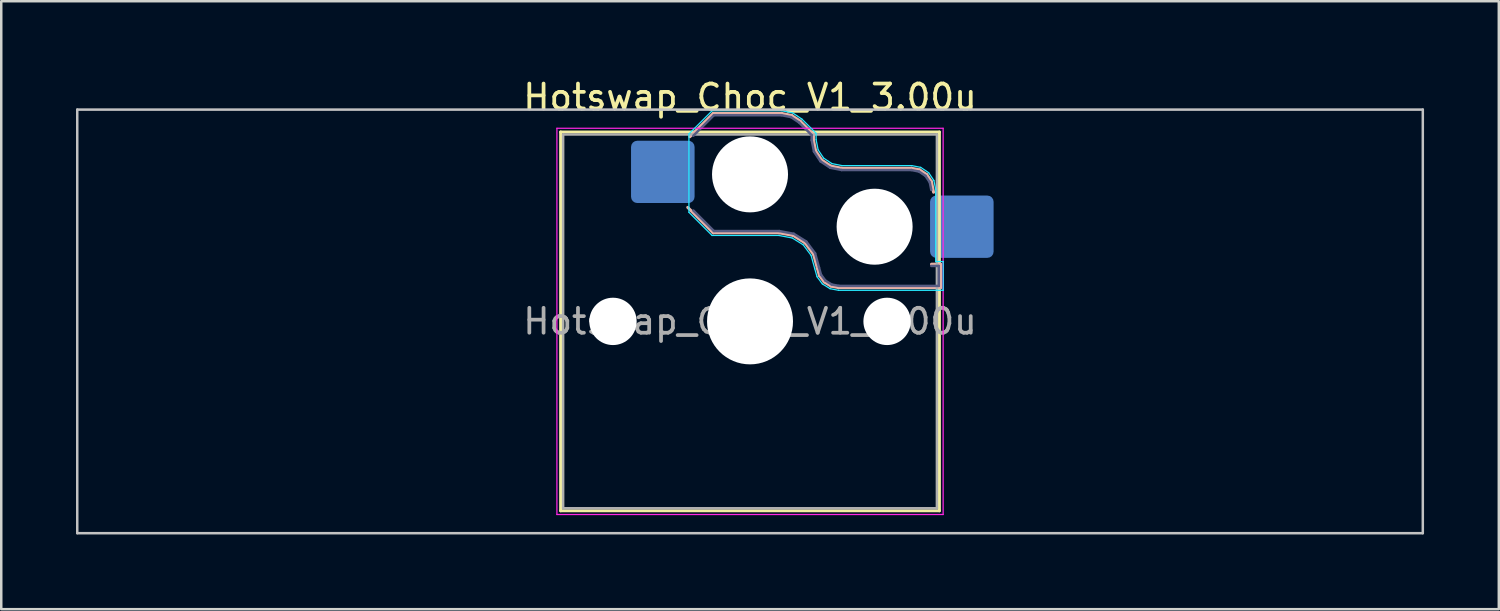
<source format=kicad_pcb>
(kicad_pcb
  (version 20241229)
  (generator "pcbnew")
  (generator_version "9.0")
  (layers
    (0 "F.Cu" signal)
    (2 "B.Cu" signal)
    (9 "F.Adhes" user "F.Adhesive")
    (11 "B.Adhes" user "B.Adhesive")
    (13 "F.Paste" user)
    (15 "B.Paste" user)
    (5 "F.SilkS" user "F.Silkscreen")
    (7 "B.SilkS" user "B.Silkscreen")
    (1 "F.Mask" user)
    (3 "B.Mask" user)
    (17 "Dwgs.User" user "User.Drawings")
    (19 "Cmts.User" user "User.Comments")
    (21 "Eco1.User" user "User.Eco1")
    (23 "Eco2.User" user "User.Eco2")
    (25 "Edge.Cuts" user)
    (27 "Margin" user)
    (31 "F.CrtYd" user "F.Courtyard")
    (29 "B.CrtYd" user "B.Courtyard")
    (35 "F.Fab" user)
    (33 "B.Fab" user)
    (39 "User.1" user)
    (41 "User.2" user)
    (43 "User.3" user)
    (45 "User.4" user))
  (footprint "Hotswap_Choc_V1_3.00u"
    (layer "F.Cu")
    (at 27.05 9.848)
    (property "Reference" "Hotswap_Choc_V1_3.00u" (at 0 -9 0) (layer "F.SilkS") (effects (font (size 1 1) (thickness 0.15))))
    (attr smd)
    (fp_line (start -7.6 -7.6) (end -7.6 7.6) (stroke (width 0.12) (type solid)) (layer "F.SilkS"))
    (fp_line (start -7.6 7.6) (end 7.6 7.6) (stroke (width 0.12) (type solid)) (layer "F.SilkS"))
    (fp_line (start 7.6 -7.6) (end -7.6 -7.6) (stroke (width 0.12) (type solid)) (layer "F.SilkS"))
    (fp_line (start 7.6 7.6) (end 7.6 -7.6) (stroke (width 0.12) (type solid)) (layer "F.SilkS"))
    (fp_line (start -2.416 -7.409) (end -1.479 -8.346) (stroke (width 0.12) (type solid)) (layer "B.SilkS"))
    (fp_line (start -1.479 -8.346) (end 1.268 -8.346) (stroke (width 0.12) (type solid)) (layer "B.SilkS"))
    (fp_line (start -1.479 -3.554) (end -2.5 -4.575) (stroke (width 0.12) (type solid)) (layer "B.SilkS"))
    (fp_line (start 1.168 -3.554) (end -1.479 -3.554) (stroke (width 0.12) (type solid)) (layer "B.SilkS"))
    (fp_line (start 1.268 -8.346) (end 1.671 -8.266) (stroke (width 0.12) (type solid)) (layer "B.SilkS"))
    (fp_line (start 1.671 -8.266) (end 2.013 -8.037) (stroke (width 0.12) (type solid)) (layer "B.SilkS"))
    (fp_line (start 1.73 -3.449) (end 1.168 -3.554) (stroke (width 0.12) (type solid)) (layer "B.SilkS"))
    (fp_line (start 2.013 -8.037) (end 2.546 -7.504) (stroke (width 0.12) (type solid)) (layer "B.SilkS"))
    (fp_line (start 2.209 -3.15) (end 1.73 -3.449) (stroke (width 0.12) (type solid)) (layer "B.SilkS"))
    (fp_line (start 2.546 -7.504) (end 2.546 -7.282) (stroke (width 0.12) (type solid)) (layer "B.SilkS"))
    (fp_line (start 2.546 -7.282) (end 2.633 -6.844) (stroke (width 0.12) (type solid)) (layer "B.SilkS"))
    (fp_line (start 2.547 -2.697) (end 2.209 -3.15) (stroke (width 0.12) (type solid)) (layer "B.SilkS"))
    (fp_line (start 2.633 -6.844) (end 2.877 -6.477) (stroke (width 0.12) (type solid)) (layer "B.SilkS"))
    (fp_line (start 2.701 -2.139) (end 2.547 -2.697) (stroke (width 0.12) (type solid)) (layer "B.SilkS"))
    (fp_line (start 2.783 -1.841) (end 2.701 -2.139) (stroke (width 0.12) (type solid)) (layer "B.SilkS"))
    (fp_line (start 2.877 -6.477) (end 3.244 -6.233) (stroke (width 0.12) (type solid)) (layer "B.SilkS"))
    (fp_line (start 2.976 -1.583) (end 2.783 -1.841) (stroke (width 0.12) (type solid)) (layer "B.SilkS"))
    (fp_line (start 3.244 -6.233) (end 3.682 -6.146) (stroke (width 0.12) (type solid)) (layer "B.SilkS"))
    (fp_line (start 3.25 -1.413) (end 2.976 -1.583) (stroke (width 0.12) (type solid)) (layer "B.SilkS"))
    (fp_line (start 3.56 -1.354) (end 3.25 -1.413) (stroke (width 0.12) (type solid)) (layer "B.SilkS"))
    (fp_line (start 3.682 -6.146) (end 6.482 -6.146) (stroke (width 0.12) (type solid)) (layer "B.SilkS"))
    (fp_line (start 6.482 -6.146) (end 6.809 -6.081) (stroke (width 0.12) (type solid)) (layer "B.SilkS"))
    (fp_line (start 6.809 -6.081) (end 7.092 -5.892) (stroke (width 0.12) (type solid)) (layer "B.SilkS"))
    (fp_line (start 7.092 -5.892) (end 7.281 -5.609) (stroke (width 0.12) (type solid)) (layer "B.SilkS"))
    (fp_line (start 7.281 -5.609) (end 7.366 -5.182) (stroke (width 0.12) (type solid)) (layer "B.SilkS"))
    (fp_line (start 7.283 -2.296) (end 7.646 -2.296) (stroke (width 0.12) (type solid)) (layer "B.SilkS"))
    (fp_line (start 7.646 -2.296) (end 7.646 -1.354) (stroke (width 0.12) (type solid)) (layer "B.SilkS"))
    (fp_line (start 7.646 -1.354) (end 3.56 -1.354) (stroke (width 0.12) (type solid)) (layer "B.SilkS"))
    (fp_line (start -27 -8.5) (end -27 8.5) (stroke (width 0.1) (type solid)) (layer "Dwgs.User"))
    (fp_line (start -27 8.5) (end 27 8.5) (stroke (width 0.1) (type solid)) (layer "Dwgs.User"))
    (fp_line (start 27 -8.5) (end -27 -8.5) (stroke (width 0.1) (type solid)) (layer "Dwgs.User"))
    (fp_line (start 27 8.5) (end 27 -8.5) (stroke (width 0.1) (type solid)) (layer "Dwgs.User"))
    (fp_line (start -7.25 -7.25) (end -7.25 7.25) (stroke (width 0.1) (type solid)) (layer "Eco1.User"))
    (fp_line (start -7.25 7.25) (end 7.25 7.25) (stroke (width 0.1) (type solid)) (layer "Eco1.User"))
    (fp_line (start 7.25 -7.25) (end -7.25 -7.25) (stroke (width 0.1) (type solid)) (layer "Eco1.User"))
    (fp_line (start 7.25 7.25) (end 7.25 -7.25) (stroke (width 0.1) (type solid)) (layer "Eco1.User"))
    (fp_line (start -2.452 -7.523) (end -1.523 -8.452) (stroke (width 0.05) (type solid)) (layer "B.CrtYd"))
    (fp_line (start -2.452 -4.377) (end -2.452 -7.523) (stroke (width 0.05) (type solid)) (layer "B.CrtYd"))
    (fp_line (start -1.523 -8.452) (end 1.278 -8.452) (stroke (width 0.05) (type solid)) (layer "B.CrtYd"))
    (fp_line (start -1.523 -3.448) (end -2.452 -4.377) (stroke (width 0.05) (type solid)) (layer "B.CrtYd"))
    (fp_line (start 1.159 -3.448) (end -1.523 -3.448) (stroke (width 0.05) (type solid)) (layer "B.CrtYd"))
    (fp_line (start 1.278 -8.452) (end 1.712 -8.366) (stroke (width 0.05) (type solid)) (layer "B.CrtYd"))
    (fp_line (start 1.691 -3.348) (end 1.159 -3.448) (stroke (width 0.05) (type solid)) (layer "B.CrtYd"))
    (fp_line (start 1.712 -8.366) (end 2.081 -8.119) (stroke (width 0.05) (type solid)) (layer "B.CrtYd"))
    (fp_line (start 2.081 -8.119) (end 2.652 -7.548) (stroke (width 0.05) (type solid)) (layer "B.CrtYd"))
    (fp_line (start 2.136 -3.071) (end 1.691 -3.348) (stroke (width 0.05) (type solid)) (layer "B.CrtYd"))
    (fp_line (start 2.45 -2.65) (end 2.136 -3.071) (stroke (width 0.05) (type solid)) (layer "B.CrtYd"))
    (fp_line (start 2.599 -2.111) (end 2.45 -2.65) (stroke (width 0.05) (type solid)) (layer "B.CrtYd"))
    (fp_line (start 2.652 -7.548) (end 2.652 -7.292) (stroke (width 0.05) (type solid)) (layer "B.CrtYd"))
    (fp_line (start 2.652 -7.292) (end 2.733 -6.885) (stroke (width 0.05) (type solid)) (layer "B.CrtYd"))
    (fp_line (start 2.687 -1.794) (end 2.599 -2.111) (stroke (width 0.05) (type solid)) (layer "B.CrtYd"))
    (fp_line (start 2.733 -6.885) (end 2.953 -6.553) (stroke (width 0.05) (type solid)) (layer "B.CrtYd"))
    (fp_line (start 2.903 -1.503) (end 2.687 -1.794) (stroke (width 0.05) (type solid)) (layer "B.CrtYd"))
    (fp_line (start 2.953 -6.553) (end 3.285 -6.333) (stroke (width 0.05) (type solid)) (layer "B.CrtYd"))
    (fp_line (start 3.211 -1.312) (end 2.903 -1.503) (stroke (width 0.05) (type solid)) (layer "B.CrtYd"))
    (fp_line (start 3.285 -6.333) (end 3.692 -6.252) (stroke (width 0.05) (type solid)) (layer "B.CrtYd"))
    (fp_line (start 3.55 -1.248) (end 3.211 -1.312) (stroke (width 0.05) (type solid)) (layer "B.CrtYd"))
    (fp_line (start 3.692 -6.252) (end 6.492 -6.252) (stroke (width 0.05) (type solid)) (layer "B.CrtYd"))
    (fp_line (start 6.492 -6.252) (end 6.85 -6.181) (stroke (width 0.05) (type solid)) (layer "B.CrtYd"))
    (fp_line (start 6.85 -6.181) (end 7.168 -5.968) (stroke (width 0.05) (type solid)) (layer "B.CrtYd"))
    (fp_line (start 7.168 -5.968) (end 7.381 -5.65) (stroke (width 0.05) (type solid)) (layer "B.CrtYd"))
    (fp_line (start 7.381 -5.65) (end 7.452 -5.292) (stroke (width 0.05) (type solid)) (layer "B.CrtYd"))
    (fp_line (start 7.452 -5.292) (end 7.452 -2.402) (stroke (width 0.05) (type solid)) (layer "B.CrtYd"))
    (fp_line (start 7.452 -2.402) (end 7.752 -2.402) (stroke (width 0.05) (type solid)) (layer "B.CrtYd"))
    (fp_line (start 7.752 -2.402) (end 7.752 -1.248) (stroke (width 0.05) (type solid)) (layer "B.CrtYd"))
    (fp_line (start 7.752 -1.248) (end 3.55 -1.248) (stroke (width 0.05) (type solid)) (layer "B.CrtYd"))
    (fp_line (start -7.75 -7.75) (end -7.75 7.75) (stroke (width 0.05) (type solid)) (layer "F.CrtYd"))
    (fp_line (start -7.75 7.75) (end 7.75 7.75) (stroke (width 0.05) (type solid)) (layer "F.CrtYd"))
    (fp_line (start 7.75 -7.75) (end -7.75 -7.75) (stroke (width 0.05) (type solid)) (layer "F.CrtYd"))
    (fp_line (start 7.75 7.75) (end 7.75 -7.75) (stroke (width 0.05) (type solid)) (layer "F.CrtYd"))
    (fp_line (start -2.275 -7.45) (end -1.45 -8.275) (stroke (width 0.1) (type solid)) (layer "B.Fab"))
    (fp_line (start -1.45 -8.275) (end 1.261 -8.275) (stroke (width 0.1) (type solid)) (layer "B.Fab"))
    (fp_line (start -1.45 -3.625) (end -2.275 -4.45) (stroke (width 0.1) (type solid)) (layer "B.Fab"))
    (fp_line (start 1.175 -3.625) (end -1.45 -3.625) (stroke (width 0.1) (type solid)) (layer "B.Fab"))
    (fp_line (start 1.261 -8.275) (end 1.643 -8.199) (stroke (width 0.1) (type solid)) (layer "B.Fab"))
    (fp_line (start 1.643 -8.199) (end 1.968 -7.982) (stroke (width 0.1) (type solid)) (layer "B.Fab"))
    (fp_line (start 1.756 -3.516) (end 1.175 -3.625) (stroke (width 0.1) (type solid)) (layer "B.Fab"))
    (fp_line (start 1.968 -7.982) (end 2.475 -7.475) (stroke (width 0.1) (type solid)) (layer "B.Fab"))
    (fp_line (start 2.258 -3.203) (end 1.756 -3.516) (stroke (width 0.1) (type solid)) (layer "B.Fab"))
    (fp_line (start 2.475 -7.475) (end 2.475 -7.275) (stroke (width 0.1) (type solid)) (layer "B.Fab"))
    (fp_line (start 2.475 -7.275) (end 2.566 -6.816) (stroke (width 0.1) (type solid)) (layer "B.Fab"))
    (fp_line (start 2.566 -6.816) (end 2.826 -6.426) (stroke (width 0.1) (type solid)) (layer "B.Fab"))
    (fp_line (start 2.612 -2.729) (end 2.258 -3.203) (stroke (width 0.1) (type solid)) (layer "B.Fab"))
    (fp_line (start 2.769 -2.158) (end 2.612 -2.729) (stroke (width 0.1) (type solid)) (layer "B.Fab"))
    (fp_line (start 2.826 -6.426) (end 3.216 -6.166) (stroke (width 0.1) (type solid)) (layer "B.Fab"))
    (fp_line (start 2.848 -1.873) (end 2.769 -2.158) (stroke (width 0.1) (type solid)) (layer "B.Fab"))
    (fp_line (start 3.025 -1.636) (end 2.848 -1.873) (stroke (width 0.1) (type solid)) (layer "B.Fab"))
    (fp_line (start 3.216 -6.166) (end 3.675 -6.075) (stroke (width 0.1) (type solid)) (layer "B.Fab"))
    (fp_line (start 3.276 -1.48) (end 3.025 -1.636) (stroke (width 0.1) (type solid)) (layer "B.Fab"))
    (fp_line (start 3.567 -1.425) (end 3.276 -1.48) (stroke (width 0.1) (type solid)) (layer "B.Fab"))
    (fp_line (start 3.675 -6.075) (end 6.475 -6.075) (stroke (width 0.1) (type solid)) (layer "B.Fab"))
    (fp_line (start 6.475 -6.075) (end 6.781 -6.014) (stroke (width 0.1) (type solid)) (layer "B.Fab"))
    (fp_line (start 6.781 -6.014) (end 7.041 -5.841) (stroke (width 0.1) (type solid)) (layer "B.Fab"))
    (fp_line (start 7.041 -5.841) (end 7.214 -5.581) (stroke (width 0.1) (type solid)) (layer "B.Fab"))
    (fp_line (start 7.214 -5.581) (end 7.275 -5.275) (stroke (width 0.1) (type solid)) (layer "B.Fab"))
    (fp_line (start 7.275 -2.225) (end 7.575 -2.225) (stroke (width 0.1) (type solid)) (layer "B.Fab"))
    (fp_line (start 7.575 -2.225) (end 7.575 -1.425) (stroke (width 0.1) (type solid)) (layer "B.Fab"))
    (fp_line (start 7.575 -1.425) (end 3.567 -1.425) (stroke (width 0.1) (type solid)) (layer "B.Fab"))
    (fp_line (start -7.5 -7.5) (end -7.5 7.5) (stroke (width 0.1) (type solid)) (layer "F.Fab"))
    (fp_line (start -7.5 7.5) (end 7.5 7.5) (stroke (width 0.1) (type solid)) (layer "F.Fab"))
    (fp_line (start 7.5 -7.5) (end -7.5 -7.5) (stroke (width 0.1) (type solid)) (layer "F.Fab"))
    (fp_line (start 7.5 7.5) (end 7.5 -7.5) (stroke (width 0.1) (type solid)) (layer "F.Fab"))
    (fp_text user "${REFERENCE}" (at 0 0 0) (layer "F.Fab") (effects (font (size 1 1) (thickness 0.15))))
    (pad "" np_thru_hole circle (at -5.5 0) (size 1.9 1.9) (drill 1.9) (layers "*.Cu" "*.Mask"))
    (pad "" np_thru_hole circle (at 0 -5.9) (size 3.05 3.05) (drill 3.05) (layers "*.Cu" "*.Mask"))
    (pad "" np_thru_hole circle (at 0 0) (size 3.45 3.45) (drill 3.45) (layers "*.Cu" "*.Mask"))
    (pad "" np_thru_hole circle (at 5 -3.8) (size 3.05 3.05) (drill 3.05) (layers "*.Cu" "*.Mask"))
    (pad "" np_thru_hole circle (at 5.5 0) (size 1.9 1.9) (drill 1.9) (layers "*.Cu" "*.Mask"))
    (pad "1" smd roundrect (at -3.5 -6) (size 2.55 2.5) (layers "B.Cu" "B.Mask" "B.Paste") (roundrect_rratio 0.1))
    (pad "2" smd roundrect (at 8.5 -3.8) (size 2.55 2.5) (layers "B.Cu" "B.Mask" "B.Paste") (roundrect_rratio 0.1)))
  (gr_rect
    (start -3 -3)
    (end 57.1 21.398)
    (stroke (width 0.1) (type default))
    (fill no)
    (layer "Edge.Cuts")))
</source>
